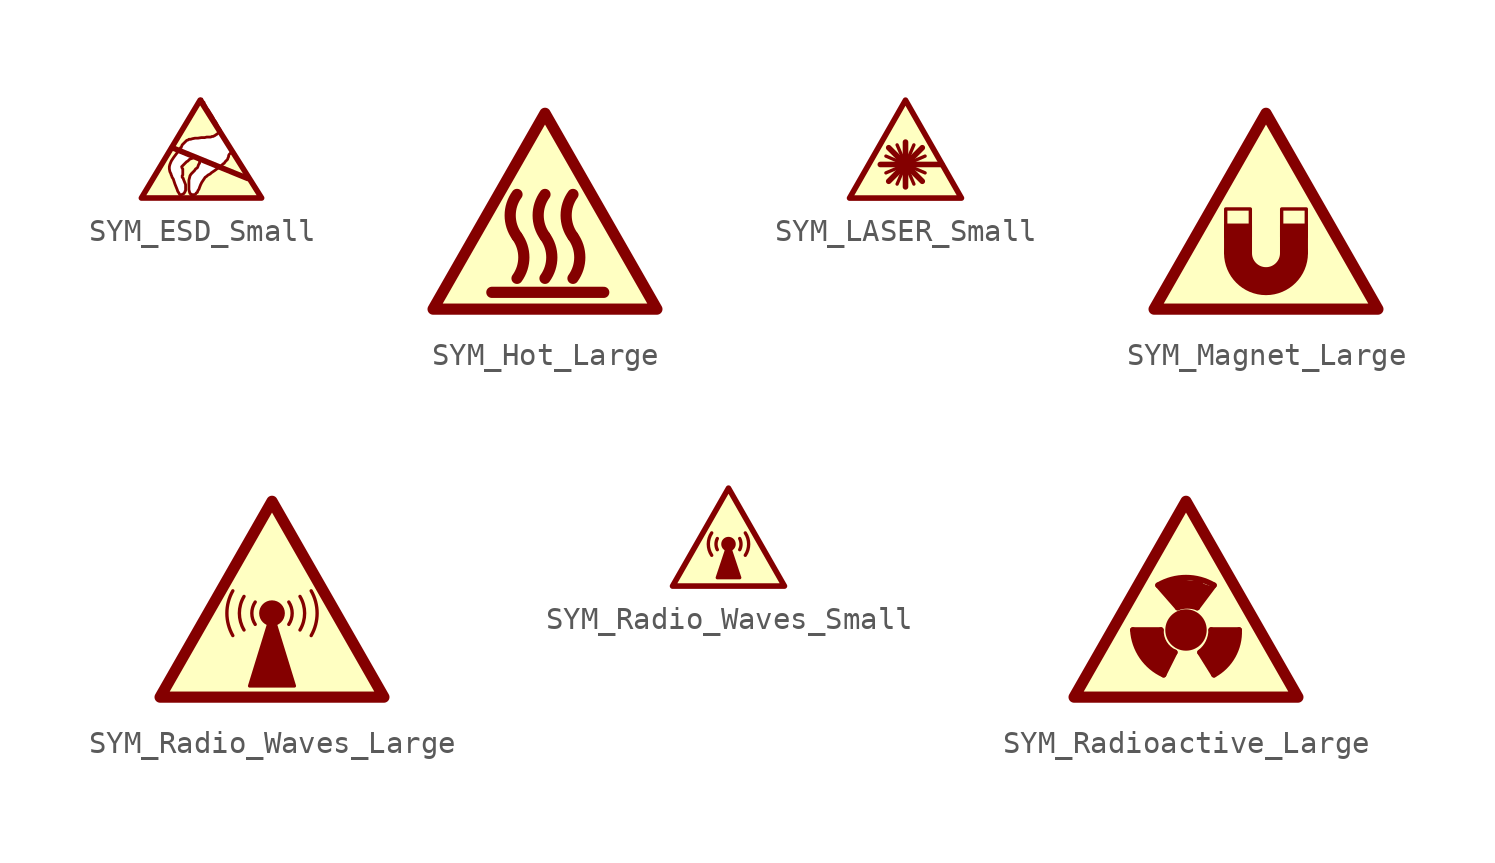
<source format=kicad_sym>
(kicad_symbol_lib
  (version 20201005)
  (generator kicad_symbol_editor)
  (symbol "SYM_ESD_Small"
    (pin_names
      (offset 1.016))
    (property "Reference" "#SYM"
      (at 0 3.556 0)
      (effects (font (size 1.27 1.27)) hide))
    (symbol "SYM_ESD_Small_0_0"
      (polyline (pts (xy -1.27 0.381) (xy 2.159 -1.016)) (stroke (width 0.254)) (fill (type none)))
      (polyline (pts (xy -2.667 -1.905) (xy 2.794 -1.905) (xy 0 2.54) (xy -2.667 -1.905)) (stroke (width 0.254)) (fill (type none)))
      (polyline (pts (xy 2.743 -1.905) (xy 2.718 -1.88) (xy 2.616 -1.676) (xy 2.565 -1.6) (xy 2.489 -1.499) (xy 2.438 -1.372) (xy 1.753 -0.229) (xy 1.702 -0.127) (xy 1.626 -0.051) (xy 1.6 0.051) (xy 1.549 0.102) (xy 1.499 0.203) (xy 1.473 0.229) (xy 1.473 0.203) (xy 1.448 0.203) (xy 1.321 0.076) (xy 1.295 0.025) (xy 1.295 -0.025) (xy 1.27 -0.076) (xy 1.245 -0.152) (xy 1.143 -0.254) (xy 1.092 -0.33) (xy 1.041 -0.356) (xy 0.914 -0.483) (xy 0.762 -0.584) (xy 0.66 -0.66) (xy 0.508 -0.762) (xy 0.457 -0.813) (xy 0.356 -0.864) (xy 0.305 -0.914) (xy 0.229 -0.965) (xy 0.076 -1.194) (xy 0.025 -1.295) (xy -0.025 -1.422) (xy -0.051 -1.499) (xy -0.102 -1.575) (xy -0.127 -1.651) (xy -0.178 -1.676) (xy -0.203 -1.727) (xy -0.254 -1.753) (xy -0.406 -1.753) (xy -0.406 -1.727) (xy -0.457 -1.702) (xy -0.483 -1.626) (xy -0.508 -1.524) (xy -0.508 -1.092) (xy -0.457 -0.889) (xy -0.406 -0.813) (xy -0.254 -0.66) (xy -0.203 -0.584) (xy -0.127 -0.533) (xy -0.102 -0.483) (xy -0.076 -0.406) (xy -0.051 -0.356) (xy -0.025 -0.33) (xy -0.025 -0.279) (xy 0 -0.229) (xy -0.076 -0.152) (xy -0.127 -0.127) (xy -0.152 -0.076) (xy -0.203 -0.051) (xy -0.229 -0.025) (xy -0.254 -0.025) (xy -0.305 -0.076) (xy -0.356 -0.102) (xy -0.432 -0.127) (xy -0.483 -0.152) (xy -0.559 -0.229) (xy -0.61 -0.254) (xy -0.838 -0.483) (xy -0.813 -0.559) (xy -0.787 -0.584) (xy -0.787 -0.864) (xy -0.813 -0.889) (xy -0.813 -0.965) (xy -0.762 -1.016) (xy -0.762 -1.041) (xy -0.66 -1.295) (xy -0.66 -1.575) (xy -0.686 -1.6) (xy -0.686 -1.626) (xy -0.737 -1.702) (xy -0.838 -1.753) (xy -0.914 -1.753) (xy -0.94 -1.727) (xy -0.965 -1.676) (xy -1.016 -1.6) (xy -1.041 -1.524) (xy -1.143 -1.27) (xy -1.219 -1.041) (xy -1.27 -0.965) (xy -1.295 -0.889) (xy -1.321 -0.838) (xy -1.321 -0.813) (xy -1.372 -0.711) (xy -1.397 -0.584) (xy -1.397 -0.483) (xy -1.372 -0.381) (xy -1.321 -0.254) (xy -1.295 -0.203) (xy -1.194 -0.051) (xy -1.041 0.152) (xy -0.991 0.203) (xy -0.965 0.254) (xy -0.914 0.33) (xy -0.889 0.381) (xy -0.864 0.381) (xy -0.813 0.508) (xy -0.61 0.711) (xy -0.533 0.737) (xy -0.508 0.762) (xy -0.432 0.762) (xy -0.356 0.787) (xy -0.229 0.813) (xy -0.102 0.813) (xy 0.051 0.838) (xy 0.203 0.838) (xy 0.305 0.864) (xy 0.483 0.864) (xy 0.533 0.889) (xy 0.584 0.889) (xy 0.686 0.94) (xy 0.711 0.965) (xy 0.762 0.991) (xy 0.813 1.041) (xy 0.864 1.067) (xy 0.889 1.118) (xy 0.914 1.143) (xy 0.914 1.194) (xy 0.889 1.219) (xy 0.864 1.27) (xy 0.813 1.346) (xy 0.711 1.549) (xy 0.635 1.651) (xy 0.584 1.753) (xy 0.508 1.88) (xy 0.457 1.956) (xy 0.381 2.083) (xy 0.305 2.184) (xy 0.254 2.286) (xy 0.203 2.362) (xy 0.178 2.438) (xy 0.102 2.515) (xy 0.102 2.54) (xy 0.076 2.565) (xy 0.076 2.591) (xy 0.025 2.591) (xy 0.025 2.565) (xy -0.025 2.515) (xy -0.102 2.362) (xy -0.254 2.134) (xy -0.305 2.032) (xy -0.457 1.778) (xy -0.559 1.626) (xy -0.762 1.27) (xy -0.889 1.067) (xy -1.016 0.838) (xy -1.168 0.61) (xy -1.321 0.33) (xy -1.397 0.203) (xy -1.524 -0.025) (xy -1.778 -0.432) (xy -1.88 -0.635) (xy -2.007 -0.813) (xy -2.108 -0.991) (xy -2.21 -1.143) (xy -2.286 -1.295) (xy -2.438 -1.549) (xy -2.489 -1.651) (xy -2.565 -1.753) (xy -2.591 -1.829) (xy -2.616 -1.88) (xy -2.642 -1.905) (xy -2.642 -1.93) (xy 2.743 -1.93) (xy 2.743 -1.905)) (stroke (width 0.127)) (fill (type background)))))
  (symbol "SYM_Hot_Large"
    (pin_names
      (offset 1.016) hide)
    (property "Reference" "#SYM"
      (at 0 5.08 0)
      (effects (font (size 1.27 1.27)) hide))
    (symbol "SYM_Hot_Large_0_1"
      (arc (start -1.27 -3.683) (end -1.27 -1.778) (radius (at -2.54 -2.7178) (length 1.5748) (angles -37.2 36.5)) (stroke (width 0.508)) (fill (type none)))
      (arc (start 0 -3.683) (end 0 -1.778) (radius (at -1.27 -2.7178) (length 1.5748) (angles -37.2 36.5)) (stroke (width 0.508)) (fill (type none)))
      (arc (start 1.27 -3.683) (end 1.27 -1.778) (radius (at 0 -2.7178) (length 1.5748) (angles -37.2 36.5)) (stroke (width 0.508)) (fill (type none)))
      (arc (start -1.27 0.127) (end -1.27 -1.778) (radius (at 0 -0.8382) (length 1.5748) (angles 142.8 -143.5)) (stroke (width 0.508)) (fill (type none)))
      (arc (start 0 0.127) (end 0 -1.778) (radius (at 1.27 -0.8382) (length 1.5748) (angles 142.8 -143.5)) (stroke (width 0.508)) (fill (type none)))
      (arc (start 1.27 0.127) (end 1.27 -1.778) (radius (at 2.54 -0.8382) (length 1.5748) (angles 142.8 -143.5)) (stroke (width 0.508)) (fill (type none)))
      (polyline (pts (xy -2.413 -4.318) (xy 2.667 -4.318)) (stroke (width 0.508)) (fill (type none)))
      (polyline (pts (xy -5.08 -5.08) (xy 5.08 -5.08) (xy 0 3.81) (xy -5.08 -5.08)) (stroke (width 0.508)) (fill (type background)))))
  (symbol "SYM_LASER_Small"
    (pin_names
      (offset 1.016) hide)
    (property "Reference" "#SYM"
      (at 0 3.556 0)
      (effects (font (size 1.27 1.27)) hide))
    (symbol "SYM_LASER_Small_0_1"
      (polyline (pts (xy -1.143 -0.381) (xy 1.651 -0.381)) (stroke (width 0.254)) (fill (type none)))
      (polyline (pts (xy -0.889 -0.762) (xy 0.889 0)) (stroke (width 0)) (fill (type none)))
      (polyline (pts (xy -0.889 0) (xy 0.889 -0.762)) (stroke (width 0)) (fill (type none)))
      (polyline (pts (xy -0.762 -1.143) (xy 0.762 0.381)) (stroke (width 0.254)) (fill (type none)))
      (polyline (pts (xy -0.381 0.508) (xy 0.381 -1.27)) (stroke (width 0)) (fill (type none)))
      (polyline (pts (xy 0 -1.397) (xy 0 0.635)) (stroke (width 0.254)) (fill (type none)))
      (polyline (pts (xy 0.381 0.508) (xy -0.381 -1.27)) (stroke (width 0)) (fill (type none)))
      (polyline (pts (xy 0.762 -1.143) (xy -0.762 0.381)) (stroke (width 0.254)) (fill (type none)))
      (polyline (pts (xy -2.54 -1.905) (xy 2.54 -1.905) (xy 0 2.54) (xy -2.54 -1.905)) (stroke (width 0.254)) (fill (type background)))))
  (symbol "SYM_Magnet_Large"
    (pin_names
      (offset 1.016) hide)
    (property "Reference" "#SYM"
      (at 0 5.08 0)
      (effects (font (size 1.27 1.27)) hide))
    (symbol "SYM_Magnet_Large_0_1"
      (arc (start -1.27 -2.54) (end 1.27 -2.54) (radius (at 0 -2.54) (length 1.27) (angles -179.9 -0.1)) (stroke (width 1.27)) (fill (type none)))
      (rectangle (start -1.829 -1.27) (end -0.711 -2.54) (stroke (width 0)) (fill (type outline)))
      (rectangle (start -1.829 -0.533) (end -0.711 -1.803) (stroke (width 0)) (fill (type background)))
      (rectangle (start 0.711 -1.27) (end 1.829 -2.54) (stroke (width 0)) (fill (type outline)))
      (rectangle (start 0.711 -0.533) (end 1.829 -1.803) (stroke (width 0)) (fill (type background)))
      (polyline (pts (xy -5.08 -5.08) (xy 5.08 -5.08) (xy 0 3.81) (xy -5.08 -5.08)) (stroke (width 0.508)) (fill (type background)))))
  (symbol "SYM_Radio_Waves_Large"
    (pin_names
      (offset 1.016) hide)
    (property "Reference" "#SYM"
      (at 0 5.08 0)
      (effects (font (size 1.27 1.27)) hide))
    (symbol "SYM_Radio_Waves_Large_0_1"
      (arc (start 1.778 -0.254) (end 1.778 -2.286) (radius (at 0 -1.27) (length 2.0574) (angles 29.7 -29.7)) (stroke (width 0)) (fill (type none)))
      (arc (start 1.27 -0.508) (end 1.27 -2.032) (radius (at 0 -1.27) (length 1.4732) (angles 31 -31)) (stroke (width 0)) (fill (type none)))
      (arc (start 0.762 -0.762) (end 0.762 -1.778) (radius (at 0 -1.27) (length 0.9144) (angles 33.7 -33.7)) (stroke (width 0)) (fill (type none)))
      (arc (start -0.762 -0.762) (end -0.762 -1.778) (radius (at 0 -1.27) (length 0.9144) (angles 146.3 -146.3)) (stroke (width 0)) (fill (type none)))
      (arc (start -1.27 -0.508) (end -1.27 -2.032) (radius (at 0 -1.27) (length 1.4732) (angles 149 -149)) (stroke (width 0)) (fill (type none)))
      (arc (start -1.778 -0.254) (end -1.778 -2.286) (radius (at 0 -1.27) (length 2.0574) (angles 150.3 -150.3)) (stroke (width 0)) (fill (type none)))
      (circle (center 0 -1.27) (radius 0.508) (stroke (width 0)) (fill (type outline)))
      (polyline (pts (xy -5.08 -5.08) (xy 5.08 -5.08) (xy 0 3.81) (xy -5.08 -5.08)) (stroke (width 0.508)) (fill (type background)))
      (polyline (pts (xy -1.016 -4.572) (xy 1.016 -4.572) (xy 0 -1.27) (xy -1.016 -4.572)) (stroke (width 0)) (fill (type outline)))))
  (symbol "SYM_Radio_Waves_Small"
    (pin_names
      (offset 1.016) hide)
    (property "Reference" "#SYM"
      (at 0 3.556 0)
      (effects (font (size 1.27 1.27)) hide))
    (symbol "SYM_Radio_Waves_Small_0_1"
      (arc (start 0.508 0.254) (end 0.508 -0.254) (radius (at 0 0) (length 0.5588) (angles 26.6 -26.6)) (stroke (width 0)) (fill (type none)))
      (arc (start 0.762 0.508) (end 0.762 -0.508) (radius (at 0 0) (length 0.9144) (angles 33.7 -33.7)) (stroke (width 0)) (fill (type none)))
      (arc (start -0.508 0.254) (end -0.508 -0.254) (radius (at 0 0) (length 0.5588) (angles 153.4 -153.4)) (stroke (width 0)) (fill (type none)))
      (arc (start -0.762 -0.508) (end -0.762 0.508) (radius (at 0 0) (length 0.9144) (angles -146.3 146.3)) (stroke (width 0)) (fill (type none)))
      (circle (center 0 0) (radius 0.254) (stroke (width 0)) (fill (type outline)))
      (polyline (pts (xy -2.54 -1.905) (xy 2.54 -1.905) (xy 0 2.54) (xy -2.54 -1.905)) (stroke (width 0.254)) (fill (type background)))
      (polyline (pts (xy -0.508 -1.524) (xy 0.508 -1.524) (xy 0 0) (xy -0.508 -1.524)) (stroke (width 0)) (fill (type outline)))))
  (symbol "SYM_Radioactive_Large"
    (pin_names
      (offset 1.016) hide)
    (property "Reference" "#SYM"
      (at 2.413 7.112 0)
      (effects (font (size 1.27 1.27)) hide))
    (symbol "SYM_Radioactive_Large_0_0"
      (arc (start 3.048 -1.016) (end 3.556 0) (radius (at 2.286 0) (length 1.27) (angles -53.1 0)) (stroke (width 0.254)) (fill (type none)))
      (arc (start 1.27 0) (end 1.905 -1.016) (radius (at 2.3876 0.0254) (length 1.1176) (angles -178.7 -114.9)) (stroke (width 0.254)) (fill (type none)))
      (arc (start 0 0) (end 1.397 -2.032) (radius (at 2.3876 0.1524) (length 2.3876) (angles -176.3 -114.4)) (stroke (width 0.254)) (fill (type none)))
      (arc (start 3.683 2.032) (end 1.143 2.032) (radius (at 2.413 -0.127) (length 2.5146) (angles 59.5 120.5)) (stroke (width 0.254)) (fill (type none)))
      (arc (start 2.032 1.016) (end 2.921 1.016) (radius (at 2.4638 -0.127) (length 1.2192) (angles 110.7 68.2)) (stroke (width 0.254)) (fill (type none)))
      (arc (start 4.826 0) (end 3.683 -2.032) (radius (at 2.6416 -0.1016) (length 2.1844) (angles 2.7 -61.7)) (stroke (width 0.254)) (fill (type none)))
      (circle (center 2.413 0) (radius 0.813) (stroke (width 0.254)) (fill (type outline)))
      (polyline (pts (xy 0 0) (xy 1.27 0)) (stroke (width 0.254)) (fill (type none)))
      (polyline (pts (xy 1.143 2.032) (xy 2.032 1.016)) (stroke (width 0.254)) (fill (type none)))
      (polyline (pts (xy 1.397 -2.032) (xy 1.905 -1.016)) (stroke (width 0.254)) (fill (type none)))
      (polyline (pts (xy 2.921 1.016) (xy 3.683 2.032)) (stroke (width 0.254)) (fill (type none)))
      (polyline (pts (xy 3.048 -1.016) (xy 3.683 -2.032)) (stroke (width 0.254)) (fill (type none)))
      (polyline (pts (xy 3.556 0) (xy 4.826 0)) (stroke (width 0.254)) (fill (type none)))
      (polyline (pts (xy 3.048 -1.016) (xy 3.683 -2.032) (xy 4.191 -1.651) (xy 4.572 -1.016) (xy 4.699 -0.381) (xy 4.826 0) (xy 3.556 0) (xy 3.556 -0.381) (xy 3.302 -0.762) (xy 3.048 -1.016)) (stroke (width 0)) (fill (type outline)))
      (polyline (pts (xy 0 0) (xy 1.27 0) (xy 1.27 -0.254) (xy 1.397 -0.508) (xy 1.651 -0.889) (xy 1.905 -1.016) (xy 1.397 -2.032) (xy 1.016 -1.778) (xy 0.635 -1.397) (xy 0.254 -0.889) (xy 0 0)) (stroke (width 0)) (fill (type outline)))
      (polyline (pts (xy 2.032 1.016) (xy 1.397 1.905) (xy 1.143 2.032) (xy 1.778 2.286) (xy 2.667 2.159) (xy 3.048 2.159) (xy 3.175 2.032) (xy 3.556 1.905) (xy 2.921 1.016) (xy 2.54 1.143) (xy 2.286 1.143) (xy 2.032 1.016)) (stroke (width 0)) (fill (type outline))))
    (symbol "SYM_Radioactive_Large_0_1"
      (polyline (pts (xy -2.667 -3.048) (xy 7.493 -3.048) (xy 2.413 5.842) (xy -2.667 -3.048)) (stroke (width 0.508)) (fill (type background))))))
</source>
